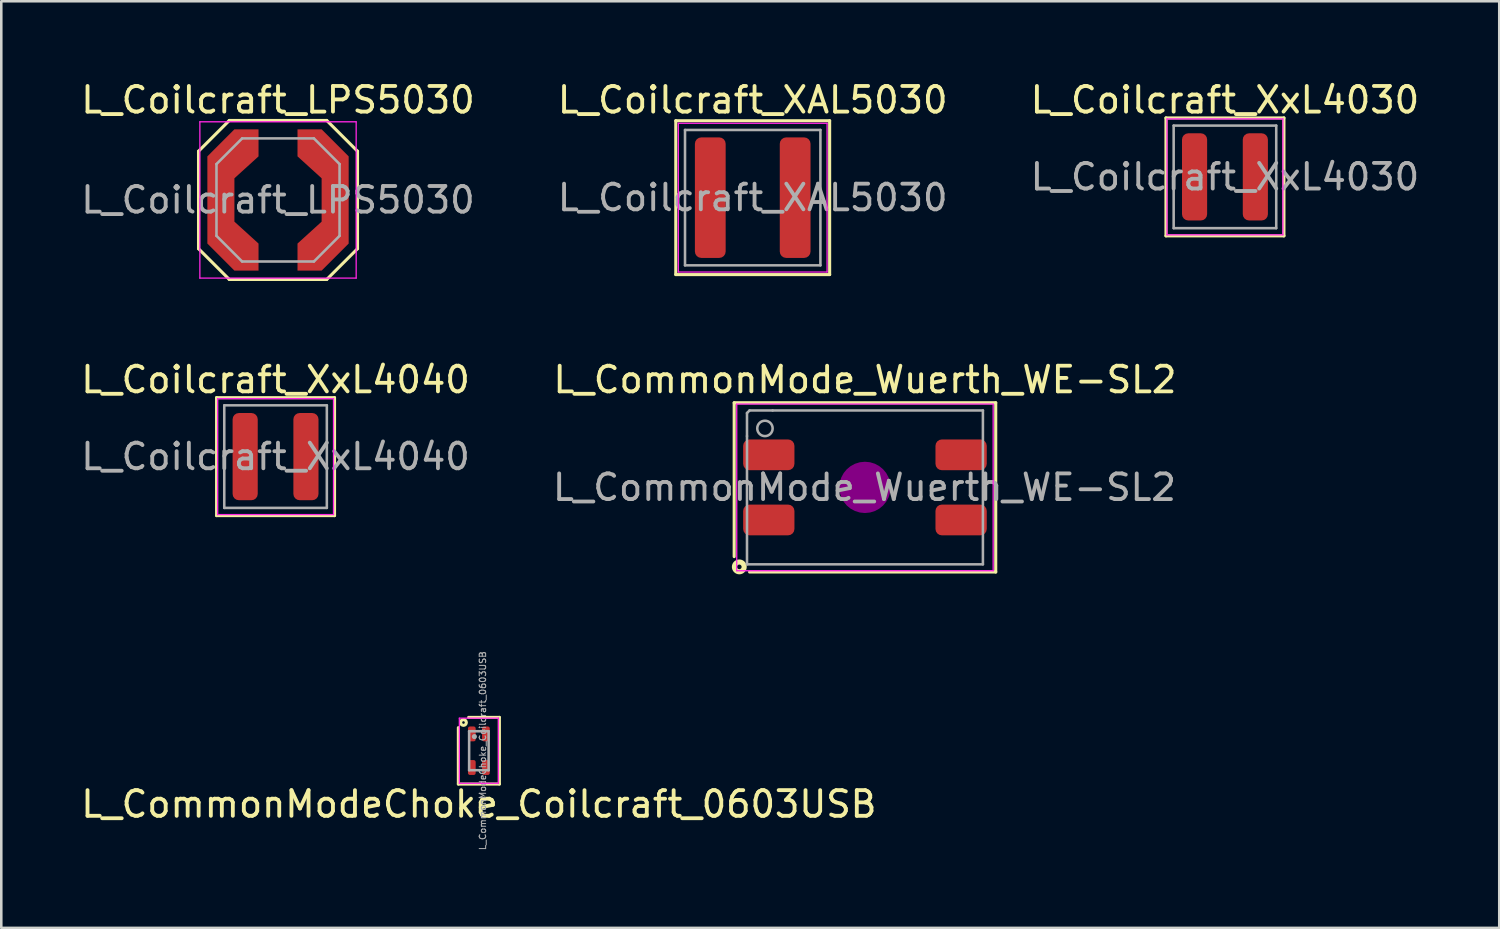
<source format=kicad_pcb>
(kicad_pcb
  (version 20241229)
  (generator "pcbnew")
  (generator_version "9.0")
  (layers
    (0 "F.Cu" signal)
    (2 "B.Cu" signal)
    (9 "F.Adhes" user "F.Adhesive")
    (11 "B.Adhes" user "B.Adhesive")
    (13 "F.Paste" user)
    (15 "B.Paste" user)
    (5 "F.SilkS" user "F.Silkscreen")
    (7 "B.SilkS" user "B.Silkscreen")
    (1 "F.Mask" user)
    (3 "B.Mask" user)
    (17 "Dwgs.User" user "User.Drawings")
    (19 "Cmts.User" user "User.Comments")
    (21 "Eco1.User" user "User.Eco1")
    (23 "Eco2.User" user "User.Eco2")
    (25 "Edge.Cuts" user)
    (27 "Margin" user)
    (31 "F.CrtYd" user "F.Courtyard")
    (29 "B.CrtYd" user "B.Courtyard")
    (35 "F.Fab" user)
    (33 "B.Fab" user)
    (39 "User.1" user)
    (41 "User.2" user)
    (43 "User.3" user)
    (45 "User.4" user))
  (footprint "L_Coilcraft_XxL4030"
    (layer "F.Cu")
    (at 44.72 3.848)
    (property "Reference" "L_Coilcraft_XxL4030" (at 0 -3 0) (layer "F.SilkS") (effects (font (size 1 1) (thickness 0.15))))
    (attr smd)
    (fp_line (start -2.3 -2.3) (end -2.3 2.3) (stroke (width 0.12) (type solid)) (layer "F.SilkS"))
    (fp_line (start -2.3 2.3) (end 2.3 2.3) (stroke (width 0.12) (type solid)) (layer "F.SilkS"))
    (fp_line (start 2.3 -2.3) (end -2.3 -2.3) (stroke (width 0.12) (type solid)) (layer "F.SilkS"))
    (fp_line (start 2.3 2.3) (end 2.3 -2.3) (stroke (width 0.12) (type solid)) (layer "F.SilkS"))
    (fp_line (start -2.26 -2.26) (end 2.26 -2.26) (stroke (width 0.05) (type solid)) (layer "F.CrtYd"))
    (fp_line (start -2.26 2.26) (end -2.26 -2.26) (stroke (width 0.05) (type solid)) (layer "F.CrtYd"))
    (fp_line (start 2.26 -2.26) (end 2.26 2.26) (stroke (width 0.05) (type solid)) (layer "F.CrtYd"))
    (fp_line (start 2.26 2.26) (end -2.26 2.26) (stroke (width 0.05) (type solid)) (layer "F.CrtYd"))
    (fp_line (start -2 -2) (end 2 -2) (stroke (width 0.1) (type solid)) (layer "F.Fab"))
    (fp_line (start -2 2) (end -2 -2) (stroke (width 0.1) (type solid)) (layer "F.Fab"))
    (fp_line (start 2 -2) (end 2 2) (stroke (width 0.1) (type solid)) (layer "F.Fab"))
    (fp_line (start 2 2) (end -2 2) (stroke (width 0.1) (type solid)) (layer "F.Fab"))
    (fp_text user "${REFERENCE}" (at 0 0 0) (layer "F.Fab") (effects (font (size 1 1) (thickness 0.15))))
    (pad "1" smd roundrect (at -1.185 0) (size 0.98 3.4) (layers "F.Cu" "F.Mask" "F.Paste") (roundrect_rratio 0.25))
    (pad "2" smd roundrect (at 1.185 0) (size 0.98 3.4) (layers "F.Cu" "F.Mask" "F.Paste") (roundrect_rratio 0.25)))
  (footprint "L_CommonMode_Wuerth_WE-SL2"
    (layer "F.Cu")
    (at 30.681 15.957)
    (property "Reference" "L_CommonMode_Wuerth_WE-SL2" (at 0 -4.2 0) (layer "F.SilkS") (effects (font (size 1 1) (thickness 0.15))))
    (attr smd)
    (fp_line (start -5.1 -3.3) (end 5.1 -3.3) (stroke (width 0.12) (type solid)) (layer "F.SilkS"))
    (fp_line (start -5.1 2.7) (end -5.1 -3.3) (stroke (width 0.12) (type solid)) (layer "F.SilkS"))
    (fp_line (start 5.1 -3.3) (end 5.1 3.3) (stroke (width 0.12) (type solid)) (layer "F.SilkS"))
    (fp_line (start 5.1 3.3) (end -4.5 3.3) (stroke (width 0.12) (type solid)) (layer "F.SilkS"))
    (fp_circle (center -4.9 3.1) (end -4.81 3.1) (stroke (width 0.2) (type solid)) (fill no) (layer "F.SilkS"))
    (fp_circle (center 0 0) (end 0.5 0) (stroke (width 1) (type solid)) (fill no) (layer "F.Adhes"))
    (fp_line (start -5 -3.25) (end 5 -3.25) (stroke (width 0.05) (type solid)) (layer "F.CrtYd"))
    (fp_line (start -5 3.25) (end -5 -3.25) (stroke (width 0.05) (type solid)) (layer "F.CrtYd"))
    (fp_line (start 5 -3.25) (end 5 3.25) (stroke (width 0.05) (type solid)) (layer "F.CrtYd"))
    (fp_line (start 5 3.25) (end -5 3.25) (stroke (width 0.05) (type solid)) (layer "F.CrtYd"))
    (fp_line (start -4.6 -2.9) (end -4.5 -3) (stroke (width 0.1) (type solid)) (layer "F.Fab"))
    (fp_line (start -4.6 -2) (end -4.6 -2.9) (stroke (width 0.1) (type solid)) (layer "F.Fab"))
    (fp_line (start -4.6 -2) (end -4.6 3) (stroke (width 0.1) (type solid)) (layer "F.Fab"))
    (fp_line (start -4.5 -3) (end -3.6 -3) (stroke (width 0.1) (type solid)) (layer "F.Fab"))
    (fp_line (start -3.6 -3) (end 4.6 -3) (stroke (width 0.1) (type solid)) (layer "F.Fab"))
    (fp_line (start 4.6 -3) (end 4.6 3) (stroke (width 0.1) (type solid)) (layer "F.Fab"))
    (fp_line (start 4.6 3) (end -4.6 3) (stroke (width 0.1) (type solid)) (layer "F.Fab"))
    (fp_circle (center -3.9 -2.3) (end -3.6 -2.3) (stroke (width 0.1) (type solid)) (fill no) (layer "F.Fab"))
    (fp_text user "${REFERENCE}" (at -0.02 0 0) (layer "F.Fab") (effects (font (size 1 1) (thickness 0.15))))
    (pad "1" smd roundrect (at -3.75 -1.27) (size 2 1.2) (layers "F.Cu" "F.Mask" "F.Paste") (roundrect_rratio 0.208))
    (pad "2" smd roundrect (at -3.75 1.27) (size 2 1.2) (layers "F.Cu" "F.Mask" "F.Paste") (roundrect_rratio 0.208))
    (pad "3" smd roundrect (at 3.75 1.27) (size 2 1.2) (layers "F.Cu" "F.Mask" "F.Paste") (roundrect_rratio 0.208))
    (pad "4" smd roundrect (at 3.75 -1.27) (size 2 1.2) (layers "F.Cu" "F.Mask" "F.Paste") (roundrect_rratio 0.208)))
  (footprint "L_CommonModeChoke_Coilcraft_0603USB"
    (layer "F.Cu")
    (at 15.625 26.226)
    (property "Reference" "L_CommonModeChoke_Coilcraft_0603USB" (at 0 2.083 0) (layer "F.SilkS") (effects (font (size 1 1) (thickness 0.15))))
    (attr smd)
    (fp_line (start -0.8 -0.9) (end -0.8 1.3) (stroke (width 0.12) (type solid)) (layer "F.SilkS"))
    (fp_line (start -0.8 1.3) (end 0.8 1.3) (stroke (width 0.12) (type solid)) (layer "F.SilkS"))
    (fp_line (start 0.8 -1.3) (end -0.4 -1.3) (stroke (width 0.12) (type solid)) (layer "F.SilkS"))
    (fp_line (start 0.8 1.3) (end 0.8 -1.3) (stroke (width 0.12) (type solid)) (layer "F.SilkS"))
    (fp_circle (center -0.6 -1.1) (end -0.549 -1.1) (stroke (width 0.12) (type solid)) (fill no) (layer "F.SilkS"))
    (fp_line (start -0.762 -1.27) (end 0.762 -1.27) (stroke (width 0.05) (type solid)) (layer "F.CrtYd"))
    (fp_line (start -0.762 1.27) (end -0.762 -1.27) (stroke (width 0.05) (type solid)) (layer "F.CrtYd"))
    (fp_line (start -0.762 1.27) (end 0.762 1.27) (stroke (width 0.05) (type solid)) (layer "F.CrtYd"))
    (fp_line (start 0.762 1.27) (end 0.762 -1.27) (stroke (width 0.05) (type solid)) (layer "F.CrtYd"))
    (fp_line (start -0.38 -0.76) (end -0.38 0.76) (stroke (width 0.1) (type solid)) (layer "F.Fab"))
    (fp_line (start -0.38 -0.76) (end 0.38 -0.76) (stroke (width 0.1) (type solid)) (layer "F.Fab"))
    (fp_line (start -0.38 0.76) (end 0.38 0.76) (stroke (width 0.1) (type solid)) (layer "F.Fab"))
    (fp_line (start 0.38 -0.76) (end 0.38 0.76) (stroke (width 0.1) (type solid)) (layer "F.Fab"))
    (fp_circle (center -0.175 -0.55) (end -0.125 -0.55) (stroke (width 0.1) (type solid)) (fill no) (layer "F.Fab"))
    (fp_text user "${REFERENCE}" (at 0.15 0 90) (layer "F.Fab") (effects (font (size 0.25 0.25) (thickness 0.04))))
    (pad "1" smd roundrect (at -0.275 -0.655) (size 0.3 0.58) (layers "F.Cu" "F.Mask" "F.Paste") (roundrect_rratio 0.25))
    (pad "2" smd roundrect (at -0.275 0.655) (size 0.3 0.58) (layers "F.Cu" "F.Mask" "F.Paste") (roundrect_rratio 0.25))
    (pad "3" smd roundrect (at 0.275 0.655) (size 0.3 0.58) (layers "F.Cu" "F.Mask" "F.Paste") (roundrect_rratio 0.25))
    (pad "4" smd roundrect (at 0.275 -0.655) (size 0.3 0.58) (layers "F.Cu" "F.Mask" "F.Paste") (roundrect_rratio 0.25)))
  (footprint "L_Coilcraft_LPS5030"
    (layer "F.Cu")
    (at 7.792 4.748)
    (property "Reference" "L_Coilcraft_LPS5030" (at 0 -3.9 0) (layer "F.SilkS") (effects (font (size 1 1) (thickness 0.15))))
    (attr smd)
    (fp_line (start -3.1 -1.9) (end -1.9 -3.1) (stroke (width 0.12) (type solid)) (layer "F.SilkS"))
    (fp_line (start -3.1 1.9) (end -3.1 -1.9) (stroke (width 0.12) (type solid)) (layer "F.SilkS"))
    (fp_line (start -1.9 -3.1) (end 1.9 -3.1) (stroke (width 0.12) (type solid)) (layer "F.SilkS"))
    (fp_line (start -1.9 3.1) (end -3.1 1.9) (stroke (width 0.12) (type solid)) (layer "F.SilkS"))
    (fp_line (start 1.9 -3.1) (end 3.1 -1.9) (stroke (width 0.12) (type solid)) (layer "F.SilkS"))
    (fp_line (start 1.9 3.1) (end -1.9 3.1) (stroke (width 0.12) (type solid)) (layer "F.SilkS"))
    (fp_line (start 3.1 -1.9) (end 3.1 1.9) (stroke (width 0.12) (type solid)) (layer "F.SilkS"))
    (fp_line (start 3.1 1.9) (end 1.9 3.1) (stroke (width 0.12) (type solid)) (layer "F.SilkS"))
    (fp_line (start -3.048 -3.048) (end 3.048 -3.048) (stroke (width 0.05) (type solid)) (layer "F.CrtYd"))
    (fp_line (start -3.048 3.048) (end -3.048 -3.048) (stroke (width 0.05) (type solid)) (layer "F.CrtYd"))
    (fp_line (start 3.048 -3.048) (end 3.048 3.048) (stroke (width 0.05) (type solid)) (layer "F.CrtYd"))
    (fp_line (start 3.048 3.048) (end -3.048 3.048) (stroke (width 0.05) (type solid)) (layer "F.CrtYd"))
    (fp_line (start -2.4 -1.4) (end -1.4 -2.4) (stroke (width 0.1) (type solid)) (layer "F.Fab"))
    (fp_line (start -2.4 1.4) (end -2.4 -1.4) (stroke (width 0.1) (type solid)) (layer "F.Fab"))
    (fp_line (start -2.4 1.4) (end -1.4 2.4) (stroke (width 0.1) (type solid)) (layer "F.Fab"))
    (fp_line (start -1.4 -2.4) (end 1.4 -2.4) (stroke (width 0.1) (type solid)) (layer "F.Fab"))
    (fp_line (start 1.4 -2.4) (end 2.4 -1.4) (stroke (width 0.1) (type solid)) (layer "F.Fab"))
    (fp_line (start 1.4 2.4) (end -1.4 2.4) (stroke (width 0.1) (type solid)) (layer "F.Fab"))
    (fp_line (start 2.4 -1.4) (end 2.4 1.4) (stroke (width 0.1) (type solid)) (layer "F.Fab"))
    (fp_line (start 2.4 1.4) (end 1.4 2.4) (stroke (width 0.1) (type solid)) (layer "F.Fab"))
    (fp_text user "${REFERENCE}" (at 0 0 0) (layer "F.Fab") (effects (font (size 1 1) (thickness 0.15))))
    (pad "1" smd custom (at -2.228 0) (size 1.055 3.4) (layers "F.Cu" "F.Mask" "F.Paste") (options (anchor rect)) (primitives (gr_poly (pts (xy 1.468 -1.7) (xy 0.527 -0.845) (xy 0.527 0.845) (xy 1.468 1.7) (xy 1.468 2.755) (xy 0.527 2.755) (xy -0.527 1.7) (xy -0.527 -1.7) (xy 0.527 -2.755) (xy 1.468 -2.755)) (width 0) (fill yes))))
    (pad "2" smd custom (at 2.228 0) (size 1.055 3.4) (layers "F.Cu" "F.Mask" "F.Paste") (options (anchor rect)) (primitives (gr_poly (pts (xy 0.527 -1.7) (xy 0.527 1.7) (xy -0.527 2.755) (xy -1.468 2.755) (xy -1.468 1.7) (xy -0.527 0.845) (xy -0.527 -0.845) (xy -1.468 -1.7) (xy -1.468 -2.755) (xy -0.527 -2.755)) (width 0) (fill yes)))))
  (footprint "L_Coilcraft_XxL4040"
    (layer "F.Cu")
    (at 7.696 14.757)
    (property "Reference" "L_Coilcraft_XxL4040" (at 0 -3 0) (layer "F.SilkS") (effects (font (size 1 1) (thickness 0.15))))
    (attr smd)
    (fp_line (start -2.3 -2.3) (end -2.3 2.3) (stroke (width 0.12) (type solid)) (layer "F.SilkS"))
    (fp_line (start -2.3 2.3) (end 2.3 2.3) (stroke (width 0.12) (type solid)) (layer "F.SilkS"))
    (fp_line (start 2.3 -2.3) (end -2.3 -2.3) (stroke (width 0.12) (type solid)) (layer "F.SilkS"))
    (fp_line (start 2.3 2.3) (end 2.3 -2.3) (stroke (width 0.12) (type solid)) (layer "F.SilkS"))
    (fp_line (start -2.26 -2.26) (end 2.26 -2.26) (stroke (width 0.05) (type solid)) (layer "F.CrtYd"))
    (fp_line (start -2.26 2.26) (end -2.26 -2.26) (stroke (width 0.05) (type solid)) (layer "F.CrtYd"))
    (fp_line (start 2.26 -2.26) (end 2.26 2.26) (stroke (width 0.05) (type solid)) (layer "F.CrtYd"))
    (fp_line (start 2.26 2.26) (end -2.26 2.26) (stroke (width 0.05) (type solid)) (layer "F.CrtYd"))
    (fp_line (start -2 -2) (end 2 -2) (stroke (width 0.1) (type solid)) (layer "F.Fab"))
    (fp_line (start -2 2) (end -2 -2) (stroke (width 0.1) (type solid)) (layer "F.Fab"))
    (fp_line (start 2 -2) (end 2 2) (stroke (width 0.1) (type solid)) (layer "F.Fab"))
    (fp_line (start 2 2) (end -2 2) (stroke (width 0.1) (type solid)) (layer "F.Fab"))
    (fp_text user "${REFERENCE}" (at 0 0 0) (layer "F.Fab") (effects (font (size 1 1) (thickness 0.15))))
    (pad "1" smd roundrect (at -1.185 0) (size 0.98 3.4) (layers "F.Cu" "F.Mask" "F.Paste") (roundrect_rratio 0.25))
    (pad "2" smd roundrect (at 1.185 0) (size 0.98 3.4) (layers "F.Cu" "F.Mask" "F.Paste") (roundrect_rratio 0.25)))
  (footprint "L_Coilcraft_XAL5030"
    (layer "F.Cu")
    (at 26.304 4.658)
    (property "Reference" "L_Coilcraft_XAL5030" (at 0 -3.81 0) (layer "F.SilkS") (effects (font (size 1 1) (thickness 0.15))))
    (attr smd)
    (fp_line (start -3 -3) (end -3 3) (stroke (width 0.12) (type solid)) (layer "F.SilkS"))
    (fp_line (start -3 3) (end 3 3) (stroke (width 0.12) (type solid)) (layer "F.SilkS"))
    (fp_line (start 3 -3) (end -3 -3) (stroke (width 0.12) (type solid)) (layer "F.SilkS"))
    (fp_line (start 3 3) (end 3 -3) (stroke (width 0.12) (type solid)) (layer "F.SilkS"))
    (fp_line (start -2.9 -2.9) (end 2.9 -2.9) (stroke (width 0.05) (type solid)) (layer "F.CrtYd"))
    (fp_line (start -2.9 2.9) (end -2.9 -2.9) (stroke (width 0.05) (type solid)) (layer "F.CrtYd"))
    (fp_line (start 2.9 -2.9) (end 2.9 2.9) (stroke (width 0.05) (type solid)) (layer "F.CrtYd"))
    (fp_line (start 2.9 2.9) (end -2.9 2.9) (stroke (width 0.05) (type solid)) (layer "F.CrtYd"))
    (fp_line (start -2.64 -2.64) (end 2.64 -2.64) (stroke (width 0.1) (type solid)) (layer "F.Fab"))
    (fp_line (start -2.64 2.64) (end -2.64 -2.64) (stroke (width 0.1) (type solid)) (layer "F.Fab"))
    (fp_line (start 2.64 -2.64) (end 2.64 2.64) (stroke (width 0.1) (type solid)) (layer "F.Fab"))
    (fp_line (start 2.64 2.64) (end -2.64 2.64) (stroke (width 0.1) (type solid)) (layer "F.Fab"))
    (fp_text user "${REFERENCE}" (at 0 0 0) (layer "F.Fab") (effects (font (size 1 1) (thickness 0.15))))
    (pad "1" smd roundrect (at -1.655 0) (size 1.2 4.7) (layers "F.Cu" "F.Mask" "F.Paste") (roundrect_rratio 0.208))
    (pad "2" smd roundrect (at 1.655 0) (size 1.2 4.7) (layers "F.Cu" "F.Mask" "F.Paste") (roundrect_rratio 0.208)))
  (gr_rect
    (start -3 -3)
    (end 55.417 33.136)
    (stroke (width 0.1) (type default))
    (fill no)
    (layer "Edge.Cuts")))
</source>
